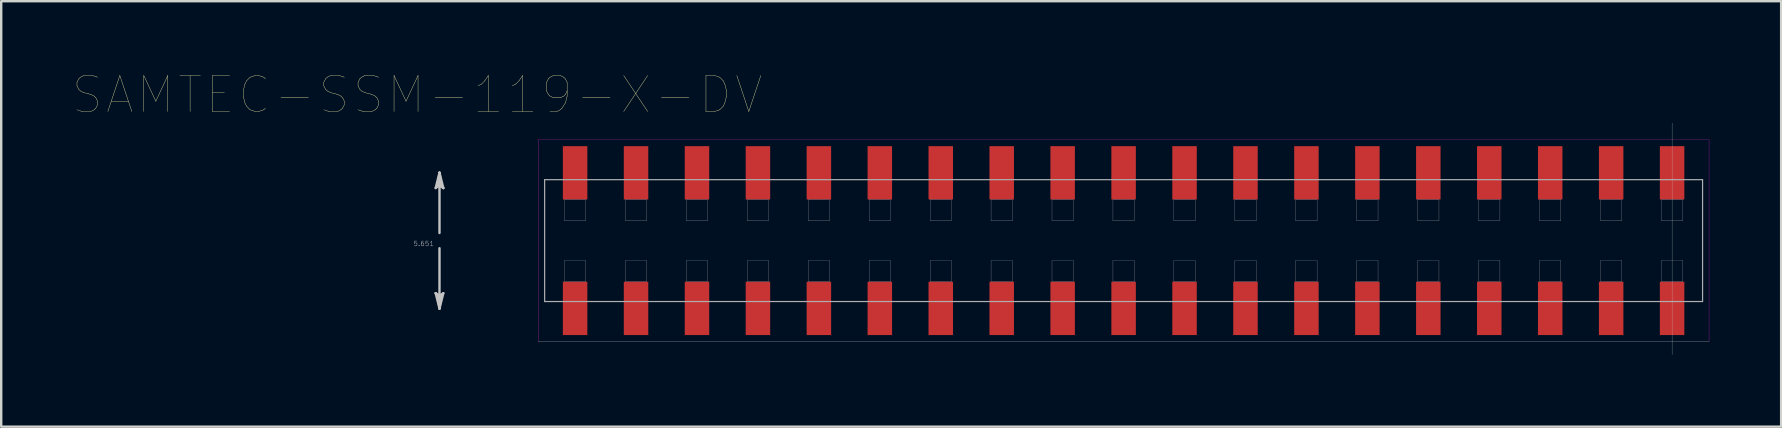
<source format=kicad_pcb>
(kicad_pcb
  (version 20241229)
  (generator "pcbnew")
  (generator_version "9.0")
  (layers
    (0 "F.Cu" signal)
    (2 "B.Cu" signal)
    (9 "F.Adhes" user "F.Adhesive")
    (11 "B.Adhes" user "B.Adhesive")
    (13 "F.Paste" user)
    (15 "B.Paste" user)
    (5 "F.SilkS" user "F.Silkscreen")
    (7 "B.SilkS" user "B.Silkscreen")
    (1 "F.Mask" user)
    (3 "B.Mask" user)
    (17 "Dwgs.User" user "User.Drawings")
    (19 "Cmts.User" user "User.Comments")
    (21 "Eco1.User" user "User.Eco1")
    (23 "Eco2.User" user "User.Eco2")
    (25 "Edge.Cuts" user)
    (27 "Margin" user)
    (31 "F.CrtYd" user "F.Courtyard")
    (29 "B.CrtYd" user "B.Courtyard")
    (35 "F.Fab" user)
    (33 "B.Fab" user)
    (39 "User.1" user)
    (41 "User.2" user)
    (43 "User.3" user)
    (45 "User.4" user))
  (footprint "SAMTEC-SSM-119-X-DV"
    (layer "F.Cu")
    (at 43.779 6.978)
    (property "Reference" "SAMTEC-SSM-119-X-DV" (at -29.442 -6.074 0) (layer "F.SilkS") (effects (font (size 1.5 1.5) (thickness 0.015))))
    (attr through_hole)
    (fp_poly (pts (xy -23.421 -3.987) (xy -22.299 -3.987) (xy -22.299 -1.665) (xy -23.421 -1.665)) (stroke (width 0.01) (type solid)) (fill yes) (layer "F.Mask"))
    (fp_poly (pts (xy -23.421 1.665) (xy -22.299 1.665) (xy -22.299 3.987) (xy -23.421 3.987)) (stroke (width 0.01) (type solid)) (fill yes) (layer "F.Mask"))
    (fp_poly (pts (xy -20.881 -3.987) (xy -19.759 -3.987) (xy -19.759 -1.665) (xy -20.881 -1.665)) (stroke (width 0.01) (type solid)) (fill yes) (layer "F.Mask"))
    (fp_poly (pts (xy -20.881 1.665) (xy -19.759 1.665) (xy -19.759 3.987) (xy -20.881 3.987)) (stroke (width 0.01) (type solid)) (fill yes) (layer "F.Mask"))
    (fp_poly (pts (xy -18.341 -3.987) (xy -17.219 -3.987) (xy -17.219 -1.665) (xy -18.341 -1.665)) (stroke (width 0.01) (type solid)) (fill yes) (layer "F.Mask"))
    (fp_poly (pts (xy -18.341 1.665) (xy -17.219 1.665) (xy -17.219 3.987) (xy -18.341 3.987)) (stroke (width 0.01) (type solid)) (fill yes) (layer "F.Mask"))
    (fp_poly (pts (xy -15.801 -3.987) (xy -14.679 -3.987) (xy -14.679 -1.665) (xy -15.801 -1.665)) (stroke (width 0.01) (type solid)) (fill yes) (layer "F.Mask"))
    (fp_poly (pts (xy -15.801 1.665) (xy -14.679 1.665) (xy -14.679 3.987) (xy -15.801 3.987)) (stroke (width 0.01) (type solid)) (fill yes) (layer "F.Mask"))
    (fp_poly (pts (xy -13.261 -3.987) (xy -12.139 -3.987) (xy -12.139 -1.665) (xy -13.261 -1.665)) (stroke (width 0.01) (type solid)) (fill yes) (layer "F.Mask"))
    (fp_poly (pts (xy -13.261 1.665) (xy -12.139 1.665) (xy -12.139 3.987) (xy -13.261 3.987)) (stroke (width 0.01) (type solid)) (fill yes) (layer "F.Mask"))
    (fp_poly (pts (xy -10.721 -3.987) (xy -9.599 -3.987) (xy -9.599 -1.665) (xy -10.721 -1.665)) (stroke (width 0.01) (type solid)) (fill yes) (layer "F.Mask"))
    (fp_poly (pts (xy -10.721 1.665) (xy -9.599 1.665) (xy -9.599 3.987) (xy -10.721 3.987)) (stroke (width 0.01) (type solid)) (fill yes) (layer "F.Mask"))
    (fp_poly (pts (xy -8.181 -3.987) (xy -7.059 -3.987) (xy -7.059 -1.665) (xy -8.181 -1.665)) (stroke (width 0.01) (type solid)) (fill yes) (layer "F.Mask"))
    (fp_poly (pts (xy -8.181 1.665) (xy -7.059 1.665) (xy -7.059 3.987) (xy -8.181 3.987)) (stroke (width 0.01) (type solid)) (fill yes) (layer "F.Mask"))
    (fp_poly (pts (xy -5.641 -3.987) (xy -4.519 -3.987) (xy -4.519 -1.665) (xy -5.641 -1.665)) (stroke (width 0.01) (type solid)) (fill yes) (layer "F.Mask"))
    (fp_poly (pts (xy -5.641 1.665) (xy -4.519 1.665) (xy -4.519 3.987) (xy -5.641 3.987)) (stroke (width 0.01) (type solid)) (fill yes) (layer "F.Mask"))
    (fp_poly (pts (xy -3.101 -3.987) (xy -1.979 -3.987) (xy -1.979 -1.665) (xy -3.101 -1.665)) (stroke (width 0.01) (type solid)) (fill yes) (layer "F.Mask"))
    (fp_poly (pts (xy -3.101 1.665) (xy -1.979 1.665) (xy -1.979 3.987) (xy -3.101 3.987)) (stroke (width 0.01) (type solid)) (fill yes) (layer "F.Mask"))
    (fp_poly (pts (xy -0.561 -3.987) (xy 0.561 -3.987) (xy 0.561 -1.665) (xy -0.561 -1.665)) (stroke (width 0.01) (type solid)) (fill yes) (layer "F.Mask"))
    (fp_poly (pts (xy -0.561 1.665) (xy 0.561 1.665) (xy 0.561 3.987) (xy -0.561 3.987)) (stroke (width 0.01) (type solid)) (fill yes) (layer "F.Mask"))
    (fp_poly (pts (xy 1.979 -3.987) (xy 3.101 -3.987) (xy 3.101 -1.665) (xy 1.979 -1.665)) (stroke (width 0.01) (type solid)) (fill yes) (layer "F.Mask"))
    (fp_poly (pts (xy 1.979 1.665) (xy 3.101 1.665) (xy 3.101 3.987) (xy 1.979 3.987)) (stroke (width 0.01) (type solid)) (fill yes) (layer "F.Mask"))
    (fp_poly (pts (xy 4.519 -3.987) (xy 5.641 -3.987) (xy 5.641 -1.665) (xy 4.519 -1.665)) (stroke (width 0.01) (type solid)) (fill yes) (layer "F.Mask"))
    (fp_poly (pts (xy 4.519 1.665) (xy 5.641 1.665) (xy 5.641 3.987) (xy 4.519 3.987)) (stroke (width 0.01) (type solid)) (fill yes) (layer "F.Mask"))
    (fp_poly (pts (xy 7.059 -3.987) (xy 8.181 -3.987) (xy 8.181 -1.665) (xy 7.059 -1.665)) (stroke (width 0.01) (type solid)) (fill yes) (layer "F.Mask"))
    (fp_poly (pts (xy 7.059 1.665) (xy 8.181 1.665) (xy 8.181 3.987) (xy 7.059 3.987)) (stroke (width 0.01) (type solid)) (fill yes) (layer "F.Mask"))
    (fp_poly (pts (xy 9.599 -3.987) (xy 10.721 -3.987) (xy 10.721 -1.665) (xy 9.599 -1.665)) (stroke (width 0.01) (type solid)) (fill yes) (layer "F.Mask"))
    (fp_poly (pts (xy 9.599 1.665) (xy 10.721 1.665) (xy 10.721 3.987) (xy 9.599 3.987)) (stroke (width 0.01) (type solid)) (fill yes) (layer "F.Mask"))
    (fp_poly (pts (xy 12.139 -3.987) (xy 13.261 -3.987) (xy 13.261 -1.665) (xy 12.139 -1.665)) (stroke (width 0.01) (type solid)) (fill yes) (layer "F.Mask"))
    (fp_poly (pts (xy 12.139 1.665) (xy 13.261 1.665) (xy 13.261 3.987) (xy 12.139 3.987)) (stroke (width 0.01) (type solid)) (fill yes) (layer "F.Mask"))
    (fp_poly (pts (xy 14.679 -3.987) (xy 15.801 -3.987) (xy 15.801 -1.665) (xy 14.679 -1.665)) (stroke (width 0.01) (type solid)) (fill yes) (layer "F.Mask"))
    (fp_poly (pts (xy 14.679 1.665) (xy 15.801 1.665) (xy 15.801 3.987) (xy 14.679 3.987)) (stroke (width 0.01) (type solid)) (fill yes) (layer "F.Mask"))
    (fp_poly (pts (xy 17.219 -3.987) (xy 18.341 -3.987) (xy 18.341 -1.665) (xy 17.219 -1.665)) (stroke (width 0.01) (type solid)) (fill yes) (layer "F.Mask"))
    (fp_poly (pts (xy 17.219 1.665) (xy 18.341 1.665) (xy 18.341 3.987) (xy 17.219 3.987)) (stroke (width 0.01) (type solid)) (fill yes) (layer "F.Mask"))
    (fp_poly (pts (xy 19.759 -3.987) (xy 20.881 -3.987) (xy 20.881 -1.665) (xy 19.759 -1.665)) (stroke (width 0.01) (type solid)) (fill yes) (layer "F.Mask"))
    (fp_poly (pts (xy 19.759 1.665) (xy 20.881 1.665) (xy 20.881 3.987) (xy 19.759 3.987)) (stroke (width 0.01) (type solid)) (fill yes) (layer "F.Mask"))
    (fp_poly (pts (xy 22.299 -3.987) (xy 23.421 -3.987) (xy 23.421 -1.665) (xy 22.299 -1.665)) (stroke (width 0.01) (type solid)) (fill yes) (layer "F.Mask"))
    (fp_poly (pts (xy 22.299 1.665) (xy 23.421 1.665) (xy 23.421 3.987) (xy 22.299 3.987)) (stroke (width 0.01) (type solid)) (fill yes) (layer "F.Mask"))
    (fp_poly (pts (xy -23.37 -3.936) (xy -22.35 -3.936) (xy -22.35 -1.716) (xy -23.37 -1.716)) (stroke (width 0.01) (type solid)) (fill yes) (layer "F.Paste"))
    (fp_poly (pts (xy -23.37 1.716) (xy -22.35 1.716) (xy -22.35 3.936) (xy -23.37 3.936)) (stroke (width 0.01) (type solid)) (fill yes) (layer "F.Paste"))
    (fp_poly (pts (xy -20.83 -3.936) (xy -19.81 -3.936) (xy -19.81 -1.716) (xy -20.83 -1.716)) (stroke (width 0.01) (type solid)) (fill yes) (layer "F.Paste"))
    (fp_poly (pts (xy -20.83 1.716) (xy -19.81 1.716) (xy -19.81 3.936) (xy -20.83 3.936)) (stroke (width 0.01) (type solid)) (fill yes) (layer "F.Paste"))
    (fp_poly (pts (xy -18.29 -3.936) (xy -17.27 -3.936) (xy -17.27 -1.716) (xy -18.29 -1.716)) (stroke (width 0.01) (type solid)) (fill yes) (layer "F.Paste"))
    (fp_poly (pts (xy -18.29 1.716) (xy -17.27 1.716) (xy -17.27 3.936) (xy -18.29 3.936)) (stroke (width 0.01) (type solid)) (fill yes) (layer "F.Paste"))
    (fp_poly (pts (xy -15.75 -3.936) (xy -14.73 -3.936) (xy -14.73 -1.716) (xy -15.75 -1.716)) (stroke (width 0.01) (type solid)) (fill yes) (layer "F.Paste"))
    (fp_poly (pts (xy -15.75 1.716) (xy -14.73 1.716) (xy -14.73 3.936) (xy -15.75 3.936)) (stroke (width 0.01) (type solid)) (fill yes) (layer "F.Paste"))
    (fp_poly (pts (xy -13.21 -3.936) (xy -12.19 -3.936) (xy -12.19 -1.716) (xy -13.21 -1.716)) (stroke (width 0.01) (type solid)) (fill yes) (layer "F.Paste"))
    (fp_poly (pts (xy -13.21 1.716) (xy -12.19 1.716) (xy -12.19 3.936) (xy -13.21 3.936)) (stroke (width 0.01) (type solid)) (fill yes) (layer "F.Paste"))
    (fp_poly (pts (xy -10.67 -3.936) (xy -9.65 -3.936) (xy -9.65 -1.716) (xy -10.67 -1.716)) (stroke (width 0.01) (type solid)) (fill yes) (layer "F.Paste"))
    (fp_poly (pts (xy -10.67 1.716) (xy -9.65 1.716) (xy -9.65 3.936) (xy -10.67 3.936)) (stroke (width 0.01) (type solid)) (fill yes) (layer "F.Paste"))
    (fp_poly (pts (xy -8.13 -3.936) (xy -7.11 -3.936) (xy -7.11 -1.716) (xy -8.13 -1.716)) (stroke (width 0.01) (type solid)) (fill yes) (layer "F.Paste"))
    (fp_poly (pts (xy -8.13 1.716) (xy -7.11 1.716) (xy -7.11 3.936) (xy -8.13 3.936)) (stroke (width 0.01) (type solid)) (fill yes) (layer "F.Paste"))
    (fp_poly (pts (xy -5.59 -3.936) (xy -4.57 -3.936) (xy -4.57 -1.716) (xy -5.59 -1.716)) (stroke (width 0.01) (type solid)) (fill yes) (layer "F.Paste"))
    (fp_poly (pts (xy -5.59 1.716) (xy -4.57 1.716) (xy -4.57 3.936) (xy -5.59 3.936)) (stroke (width 0.01) (type solid)) (fill yes) (layer "F.Paste"))
    (fp_poly (pts (xy -3.05 -3.936) (xy -2.03 -3.936) (xy -2.03 -1.716) (xy -3.05 -1.716)) (stroke (width 0.01) (type solid)) (fill yes) (layer "F.Paste"))
    (fp_poly (pts (xy -3.05 1.716) (xy -2.03 1.716) (xy -2.03 3.936) (xy -3.05 3.936)) (stroke (width 0.01) (type solid)) (fill yes) (layer "F.Paste"))
    (fp_poly (pts (xy -0.51 -3.936) (xy 0.51 -3.936) (xy 0.51 -1.716) (xy -0.51 -1.716)) (stroke (width 0.01) (type solid)) (fill yes) (layer "F.Paste"))
    (fp_poly (pts (xy -0.51 1.716) (xy 0.51 1.716) (xy 0.51 3.936) (xy -0.51 3.936)) (stroke (width 0.01) (type solid)) (fill yes) (layer "F.Paste"))
    (fp_poly (pts (xy 2.03 -3.936) (xy 3.05 -3.936) (xy 3.05 -1.716) (xy 2.03 -1.716)) (stroke (width 0.01) (type solid)) (fill yes) (layer "F.Paste"))
    (fp_poly (pts (xy 2.03 1.716) (xy 3.05 1.716) (xy 3.05 3.936) (xy 2.03 3.936)) (stroke (width 0.01) (type solid)) (fill yes) (layer "F.Paste"))
    (fp_poly (pts (xy 4.57 -3.936) (xy 5.59 -3.936) (xy 5.59 -1.716) (xy 4.57 -1.716)) (stroke (width 0.01) (type solid)) (fill yes) (layer "F.Paste"))
    (fp_poly (pts (xy 4.57 1.716) (xy 5.59 1.716) (xy 5.59 3.936) (xy 4.57 3.936)) (stroke (width 0.01) (type solid)) (fill yes) (layer "F.Paste"))
    (fp_poly (pts (xy 7.11 -3.936) (xy 8.13 -3.936) (xy 8.13 -1.716) (xy 7.11 -1.716)) (stroke (width 0.01) (type solid)) (fill yes) (layer "F.Paste"))
    (fp_poly (pts (xy 7.11 1.716) (xy 8.13 1.716) (xy 8.13 3.936) (xy 7.11 3.936)) (stroke (width 0.01) (type solid)) (fill yes) (layer "F.Paste"))
    (fp_poly (pts (xy 9.65 -3.936) (xy 10.67 -3.936) (xy 10.67 -1.716) (xy 9.65 -1.716)) (stroke (width 0.01) (type solid)) (fill yes) (layer "F.Paste"))
    (fp_poly (pts (xy 9.65 1.716) (xy 10.67 1.716) (xy 10.67 3.936) (xy 9.65 3.936)) (stroke (width 0.01) (type solid)) (fill yes) (layer "F.Paste"))
    (fp_poly (pts (xy 12.19 -3.936) (xy 13.21 -3.936) (xy 13.21 -1.716) (xy 12.19 -1.716)) (stroke (width 0.01) (type solid)) (fill yes) (layer "F.Paste"))
    (fp_poly (pts (xy 12.19 1.716) (xy 13.21 1.716) (xy 13.21 3.936) (xy 12.19 3.936)) (stroke (width 0.01) (type solid)) (fill yes) (layer "F.Paste"))
    (fp_poly (pts (xy 14.73 -3.936) (xy 15.75 -3.936) (xy 15.75 -1.716) (xy 14.73 -1.716)) (stroke (width 0.01) (type solid)) (fill yes) (layer "F.Paste"))
    (fp_poly (pts (xy 14.73 1.716) (xy 15.75 1.716) (xy 15.75 3.936) (xy 14.73 3.936)) (stroke (width 0.01) (type solid)) (fill yes) (layer "F.Paste"))
    (fp_poly (pts (xy 17.27 -3.936) (xy 18.29 -3.936) (xy 18.29 -1.716) (xy 17.27 -1.716)) (stroke (width 0.01) (type solid)) (fill yes) (layer "F.Paste"))
    (fp_poly (pts (xy 17.27 1.716) (xy 18.29 1.716) (xy 18.29 3.936) (xy 17.27 3.936)) (stroke (width 0.01) (type solid)) (fill yes) (layer "F.Paste"))
    (fp_poly (pts (xy 19.81 -3.936) (xy 20.83 -3.936) (xy 20.83 -1.716) (xy 19.81 -1.716)) (stroke (width 0.01) (type solid)) (fill yes) (layer "F.Paste"))
    (fp_poly (pts (xy 19.81 1.716) (xy 20.83 1.716) (xy 20.83 3.936) (xy 19.81 3.936)) (stroke (width 0.01) (type solid)) (fill yes) (layer "F.Paste"))
    (fp_poly (pts (xy 22.35 -3.936) (xy 23.37 -3.936) (xy 23.37 -1.716) (xy 22.35 -1.716)) (stroke (width 0.01) (type solid)) (fill yes) (layer "F.Paste"))
    (fp_poly (pts (xy 22.35 1.716) (xy 23.37 1.716) (xy 23.37 3.936) (xy 22.35 3.936)) (stroke (width 0.01) (type solid)) (fill yes) (layer "F.Paste"))
    (fp_line (start -28.67 -2.191) (end -28.512 -2.318) (stroke (width 0.1) (type solid)) (layer "Dwgs.User"))
    (fp_line (start -28.67 2.191) (end -28.512 2.826) (stroke (width 0.1) (type solid)) (layer "Dwgs.User"))
    (fp_line (start -28.591 -2.254) (end -28.512 -2.318) (stroke (width 0.1) (type solid)) (layer "Dwgs.User"))
    (fp_line (start -28.591 2.254) (end -28.67 2.191) (stroke (width 0.1) (type solid)) (layer "Dwgs.User"))
    (fp_line (start -28.512 -2.826) (end -28.67 -2.191) (stroke (width 0.1) (type solid)) (layer "Dwgs.User"))
    (fp_line (start -28.512 -2.826) (end -28.591 -2.254) (stroke (width 0.1) (type solid)) (layer "Dwgs.User"))
    (fp_line (start -28.512 -2.826) (end -28.432 -2.254) (stroke (width 0.1) (type solid)) (layer "Dwgs.User"))
    (fp_line (start -28.512 -2.318) (end -28.512 -2.826) (stroke (width 0.1) (type solid)) (layer "Dwgs.User"))
    (fp_line (start -28.512 -2.318) (end -28.353 -2.191) (stroke (width 0.1) (type solid)) (layer "Dwgs.User"))
    (fp_line (start -28.512 -0.318) (end -28.512 -2.826) (stroke (width 0.1) (type solid)) (layer "Dwgs.User"))
    (fp_line (start -28.512 0.318) (end -28.512 2.826) (stroke (width 0.1) (type solid)) (layer "Dwgs.User"))
    (fp_line (start -28.512 2.318) (end -28.67 2.191) (stroke (width 0.1) (type solid)) (layer "Dwgs.User"))
    (fp_line (start -28.512 2.318) (end -28.512 2.826) (stroke (width 0.1) (type solid)) (layer "Dwgs.User"))
    (fp_line (start -28.512 2.826) (end -28.591 2.254) (stroke (width 0.1) (type solid)) (layer "Dwgs.User"))
    (fp_line (start -28.512 2.826) (end -28.432 2.254) (stroke (width 0.1) (type solid)) (layer "Dwgs.User"))
    (fp_line (start -28.512 2.826) (end -28.353 2.191) (stroke (width 0.1) (type solid)) (layer "Dwgs.User"))
    (fp_line (start -28.432 -2.254) (end -28.353 -2.191) (stroke (width 0.1) (type solid)) (layer "Dwgs.User"))
    (fp_line (start -28.432 2.254) (end -28.512 2.318) (stroke (width 0.1) (type solid)) (layer "Dwgs.User"))
    (fp_line (start -28.353 -2.191) (end -28.512 -2.826) (stroke (width 0.1) (type solid)) (layer "Dwgs.User"))
    (fp_line (start -28.353 2.191) (end -28.512 2.318) (stroke (width 0.1) (type solid)) (layer "Dwgs.User"))
    (fp_line (start -24.4 4.2) (end 24.4 4.2) (stroke (width 0.01) (type solid)) (layer "Dwgs.User"))
    (fp_line (start 22.86 -4.9) (end 22.86 4.75) (stroke (width 0.01) (type solid)) (layer "Dwgs.User"))
    (fp_line (start -24.4 -4.2) (end -24.4 4.2) (stroke (width 0.01) (type solid)) (layer "F.CrtYd"))
    (fp_line (start 24.4 -4.2) (end -24.4 -4.2) (stroke (width 0.01) (type solid)) (layer "F.CrtYd"))
    (fp_line (start 24.4 4.2) (end 24.4 -4.2) (stroke (width 0.01) (type solid)) (layer "F.CrtYd"))
    (fp_line (start -24.13 -2.54) (end -24.13 2.54) (stroke (width 0.05) (type solid)) (layer "F.Fab"))
    (fp_line (start -24.13 2.54) (end 24.13 2.54) (stroke (width 0.05) (type solid)) (layer "F.Fab"))
    (fp_line (start -23.304 -1.714) (end -23.304 -0.826) (stroke (width 0.01) (type solid)) (layer "F.Fab"))
    (fp_line (start -23.304 -0.826) (end -22.416 -0.826) (stroke (width 0.01) (type solid)) (layer "F.Fab"))
    (fp_line (start -23.304 0.826) (end -23.304 1.714) (stroke (width 0.01) (type solid)) (layer "F.Fab"))
    (fp_line (start -23.304 1.714) (end -22.416 1.714) (stroke (width 0.01) (type solid)) (layer "F.Fab"))
    (fp_line (start -22.416 -1.714) (end -23.304 -1.714) (stroke (width 0.01) (type solid)) (layer "F.Fab"))
    (fp_line (start -22.416 -0.826) (end -22.416 -1.714) (stroke (width 0.01) (type solid)) (layer "F.Fab"))
    (fp_line (start -22.416 0.826) (end -23.304 0.826) (stroke (width 0.01) (type solid)) (layer "F.Fab"))
    (fp_line (start -22.416 1.714) (end -22.416 0.826) (stroke (width 0.01) (type solid)) (layer "F.Fab"))
    (fp_line (start -20.764 -1.714) (end -20.764 -0.826) (stroke (width 0.01) (type solid)) (layer "F.Fab"))
    (fp_line (start -20.764 -0.826) (end -19.876 -0.826) (stroke (width 0.01) (type solid)) (layer "F.Fab"))
    (fp_line (start -20.764 0.826) (end -20.764 1.714) (stroke (width 0.01) (type solid)) (layer "F.Fab"))
    (fp_line (start -20.764 1.714) (end -19.876 1.714) (stroke (width 0.01) (type solid)) (layer "F.Fab"))
    (fp_line (start -19.876 -1.714) (end -20.764 -1.714) (stroke (width 0.01) (type solid)) (layer "F.Fab"))
    (fp_line (start -19.876 -0.826) (end -19.876 -1.714) (stroke (width 0.01) (type solid)) (layer "F.Fab"))
    (fp_line (start -19.876 0.826) (end -20.764 0.826) (stroke (width 0.01) (type solid)) (layer "F.Fab"))
    (fp_line (start -19.876 1.714) (end -19.876 0.826) (stroke (width 0.01) (type solid)) (layer "F.Fab"))
    (fp_line (start -18.224 -1.714) (end -18.224 -0.826) (stroke (width 0.01) (type solid)) (layer "F.Fab"))
    (fp_line (start -18.224 -0.826) (end -17.336 -0.826) (stroke (width 0.01) (type solid)) (layer "F.Fab"))
    (fp_line (start -18.224 0.826) (end -18.224 1.714) (stroke (width 0.01) (type solid)) (layer "F.Fab"))
    (fp_line (start -18.224 1.714) (end -17.336 1.714) (stroke (width 0.01) (type solid)) (layer "F.Fab"))
    (fp_line (start -17.336 -1.714) (end -18.224 -1.714) (stroke (width 0.01) (type solid)) (layer "F.Fab"))
    (fp_line (start -17.336 -0.826) (end -17.336 -1.714) (stroke (width 0.01) (type solid)) (layer "F.Fab"))
    (fp_line (start -17.336 0.826) (end -18.224 0.826) (stroke (width 0.01) (type solid)) (layer "F.Fab"))
    (fp_line (start -17.336 1.714) (end -17.336 0.826) (stroke (width 0.01) (type solid)) (layer "F.Fab"))
    (fp_line (start -15.684 -1.714) (end -15.684 -0.826) (stroke (width 0.01) (type solid)) (layer "F.Fab"))
    (fp_line (start -15.684 -0.826) (end -14.796 -0.826) (stroke (width 0.01) (type solid)) (layer "F.Fab"))
    (fp_line (start -15.684 0.826) (end -15.684 1.714) (stroke (width 0.01) (type solid)) (layer "F.Fab"))
    (fp_line (start -15.684 1.714) (end -14.796 1.714) (stroke (width 0.01) (type solid)) (layer "F.Fab"))
    (fp_line (start -14.796 -1.714) (end -15.684 -1.714) (stroke (width 0.01) (type solid)) (layer "F.Fab"))
    (fp_line (start -14.796 -0.826) (end -14.796 -1.714) (stroke (width 0.01) (type solid)) (layer "F.Fab"))
    (fp_line (start -14.796 0.826) (end -15.684 0.826) (stroke (width 0.01) (type solid)) (layer "F.Fab"))
    (fp_line (start -14.796 1.714) (end -14.796 0.826) (stroke (width 0.01) (type solid)) (layer "F.Fab"))
    (fp_line (start -13.144 -1.714) (end -13.144 -0.826) (stroke (width 0.01) (type solid)) (layer "F.Fab"))
    (fp_line (start -13.144 -0.826) (end -12.256 -0.826) (stroke (width 0.01) (type solid)) (layer "F.Fab"))
    (fp_line (start -13.144 0.826) (end -13.144 1.714) (stroke (width 0.01) (type solid)) (layer "F.Fab"))
    (fp_line (start -13.144 1.714) (end -12.256 1.714) (stroke (width 0.01) (type solid)) (layer "F.Fab"))
    (fp_line (start -12.256 -1.714) (end -13.144 -1.714) (stroke (width 0.01) (type solid)) (layer "F.Fab"))
    (fp_line (start -12.256 -0.826) (end -12.256 -1.714) (stroke (width 0.01) (type solid)) (layer "F.Fab"))
    (fp_line (start -12.256 0.826) (end -13.144 0.826) (stroke (width 0.01) (type solid)) (layer "F.Fab"))
    (fp_line (start -12.256 1.714) (end -12.256 0.826) (stroke (width 0.01) (type solid)) (layer "F.Fab"))
    (fp_line (start -10.604 -1.714) (end -10.604 -0.826) (stroke (width 0.01) (type solid)) (layer "F.Fab"))
    (fp_line (start -10.604 -0.826) (end -9.716 -0.826) (stroke (width 0.01) (type solid)) (layer "F.Fab"))
    (fp_line (start -10.604 0.826) (end -10.604 1.714) (stroke (width 0.01) (type solid)) (layer "F.Fab"))
    (fp_line (start -10.604 1.714) (end -9.716 1.714) (stroke (width 0.01) (type solid)) (layer "F.Fab"))
    (fp_line (start -9.716 -1.714) (end -10.604 -1.714) (stroke (width 0.01) (type solid)) (layer "F.Fab"))
    (fp_line (start -9.716 -0.826) (end -9.716 -1.714) (stroke (width 0.01) (type solid)) (layer "F.Fab"))
    (fp_line (start -9.716 0.826) (end -10.604 0.826) (stroke (width 0.01) (type solid)) (layer "F.Fab"))
    (fp_line (start -9.716 1.714) (end -9.716 0.826) (stroke (width 0.01) (type solid)) (layer "F.Fab"))
    (fp_line (start -8.064 -1.714) (end -8.064 -0.826) (stroke (width 0.01) (type solid)) (layer "F.Fab"))
    (fp_line (start -8.064 -0.826) (end -7.176 -0.826) (stroke (width 0.01) (type solid)) (layer "F.Fab"))
    (fp_line (start -8.064 0.826) (end -8.064 1.714) (stroke (width 0.01) (type solid)) (layer "F.Fab"))
    (fp_line (start -8.064 1.714) (end -7.176 1.714) (stroke (width 0.01) (type solid)) (layer "F.Fab"))
    (fp_line (start -7.176 -1.714) (end -8.064 -1.714) (stroke (width 0.01) (type solid)) (layer "F.Fab"))
    (fp_line (start -7.176 -0.826) (end -7.176 -1.714) (stroke (width 0.01) (type solid)) (layer "F.Fab"))
    (fp_line (start -7.176 0.826) (end -8.064 0.826) (stroke (width 0.01) (type solid)) (layer "F.Fab"))
    (fp_line (start -7.176 1.714) (end -7.176 0.826) (stroke (width 0.01) (type solid)) (layer "F.Fab"))
    (fp_line (start -5.524 -1.714) (end -5.524 -0.826) (stroke (width 0.01) (type solid)) (layer "F.Fab"))
    (fp_line (start -5.524 -0.826) (end -4.636 -0.826) (stroke (width 0.01) (type solid)) (layer "F.Fab"))
    (fp_line (start -5.524 0.826) (end -5.524 1.714) (stroke (width 0.01) (type solid)) (layer "F.Fab"))
    (fp_line (start -5.524 1.714) (end -4.636 1.714) (stroke (width 0.01) (type solid)) (layer "F.Fab"))
    (fp_line (start -4.636 -1.714) (end -5.524 -1.714) (stroke (width 0.01) (type solid)) (layer "F.Fab"))
    (fp_line (start -4.636 -0.826) (end -4.636 -1.714) (stroke (width 0.01) (type solid)) (layer "F.Fab"))
    (fp_line (start -4.636 0.826) (end -5.524 0.826) (stroke (width 0.01) (type solid)) (layer "F.Fab"))
    (fp_line (start -4.636 1.714) (end -4.636 0.826) (stroke (width 0.01) (type solid)) (layer "F.Fab"))
    (fp_line (start -2.984 -1.714) (end -2.984 -0.826) (stroke (width 0.01) (type solid)) (layer "F.Fab"))
    (fp_line (start -2.984 -0.826) (end -2.096 -0.826) (stroke (width 0.01) (type solid)) (layer "F.Fab"))
    (fp_line (start -2.984 0.826) (end -2.984 1.714) (stroke (width 0.01) (type solid)) (layer "F.Fab"))
    (fp_line (start -2.984 1.714) (end -2.096 1.714) (stroke (width 0.01) (type solid)) (layer "F.Fab"))
    (fp_line (start -2.096 -1.714) (end -2.984 -1.714) (stroke (width 0.01) (type solid)) (layer "F.Fab"))
    (fp_line (start -2.096 -0.826) (end -2.096 -1.714) (stroke (width 0.01) (type solid)) (layer "F.Fab"))
    (fp_line (start -2.096 0.826) (end -2.984 0.826) (stroke (width 0.01) (type solid)) (layer "F.Fab"))
    (fp_line (start -2.096 1.714) (end -2.096 0.826) (stroke (width 0.01) (type solid)) (layer "F.Fab"))
    (fp_line (start -0.444 -1.714) (end -0.444 -0.826) (stroke (width 0.01) (type solid)) (layer "F.Fab"))
    (fp_line (start -0.444 -0.826) (end 0.444 -0.826) (stroke (width 0.01) (type solid)) (layer "F.Fab"))
    (fp_line (start -0.444 0.826) (end -0.444 1.714) (stroke (width 0.01) (type solid)) (layer "F.Fab"))
    (fp_line (start -0.444 1.714) (end 0.444 1.714) (stroke (width 0.01) (type solid)) (layer "F.Fab"))
    (fp_line (start 0.444 -1.714) (end -0.444 -1.714) (stroke (width 0.01) (type solid)) (layer "F.Fab"))
    (fp_line (start 0.444 -0.826) (end 0.444 -1.714) (stroke (width 0.01) (type solid)) (layer "F.Fab"))
    (fp_line (start 0.444 0.826) (end -0.444 0.826) (stroke (width 0.01) (type solid)) (layer "F.Fab"))
    (fp_line (start 0.444 1.714) (end 0.444 0.826) (stroke (width 0.01) (type solid)) (layer "F.Fab"))
    (fp_line (start 2.096 -1.714) (end 2.096 -0.826) (stroke (width 0.01) (type solid)) (layer "F.Fab"))
    (fp_line (start 2.096 -0.826) (end 2.984 -0.826) (stroke (width 0.01) (type solid)) (layer "F.Fab"))
    (fp_line (start 2.096 0.826) (end 2.096 1.714) (stroke (width 0.01) (type solid)) (layer "F.Fab"))
    (fp_line (start 2.096 1.714) (end 2.984 1.714) (stroke (width 0.01) (type solid)) (layer "F.Fab"))
    (fp_line (start 2.984 -1.714) (end 2.096 -1.714) (stroke (width 0.01) (type solid)) (layer "F.Fab"))
    (fp_line (start 2.984 -0.826) (end 2.984 -1.714) (stroke (width 0.01) (type solid)) (layer "F.Fab"))
    (fp_line (start 2.984 0.826) (end 2.096 0.826) (stroke (width 0.01) (type solid)) (layer "F.Fab"))
    (fp_line (start 2.984 1.714) (end 2.984 0.826) (stroke (width 0.01) (type solid)) (layer "F.Fab"))
    (fp_line (start 4.636 -1.714) (end 4.636 -0.826) (stroke (width 0.01) (type solid)) (layer "F.Fab"))
    (fp_line (start 4.636 -0.826) (end 5.524 -0.826) (stroke (width 0.01) (type solid)) (layer "F.Fab"))
    (fp_line (start 4.636 0.826) (end 4.636 1.714) (stroke (width 0.01) (type solid)) (layer "F.Fab"))
    (fp_line (start 4.636 1.714) (end 5.524 1.714) (stroke (width 0.01) (type solid)) (layer "F.Fab"))
    (fp_line (start 5.524 -1.714) (end 4.636 -1.714) (stroke (width 0.01) (type solid)) (layer "F.Fab"))
    (fp_line (start 5.524 -0.826) (end 5.524 -1.714) (stroke (width 0.01) (type solid)) (layer "F.Fab"))
    (fp_line (start 5.524 0.826) (end 4.636 0.826) (stroke (width 0.01) (type solid)) (layer "F.Fab"))
    (fp_line (start 5.524 1.714) (end 5.524 0.826) (stroke (width 0.01) (type solid)) (layer "F.Fab"))
    (fp_line (start 7.176 -1.714) (end 7.176 -0.826) (stroke (width 0.01) (type solid)) (layer "F.Fab"))
    (fp_line (start 7.176 -0.826) (end 8.064 -0.826) (stroke (width 0.01) (type solid)) (layer "F.Fab"))
    (fp_line (start 7.176 0.826) (end 7.176 1.714) (stroke (width 0.01) (type solid)) (layer "F.Fab"))
    (fp_line (start 7.176 1.714) (end 8.064 1.714) (stroke (width 0.01) (type solid)) (layer "F.Fab"))
    (fp_line (start 8.064 -1.714) (end 7.176 -1.714) (stroke (width 0.01) (type solid)) (layer "F.Fab"))
    (fp_line (start 8.064 -0.826) (end 8.064 -1.714) (stroke (width 0.01) (type solid)) (layer "F.Fab"))
    (fp_line (start 8.064 0.826) (end 7.176 0.826) (stroke (width 0.01) (type solid)) (layer "F.Fab"))
    (fp_line (start 8.064 1.714) (end 8.064 0.826) (stroke (width 0.01) (type solid)) (layer "F.Fab"))
    (fp_line (start 9.716 -1.714) (end 9.716 -0.826) (stroke (width 0.01) (type solid)) (layer "F.Fab"))
    (fp_line (start 9.716 -0.826) (end 10.604 -0.826) (stroke (width 0.01) (type solid)) (layer "F.Fab"))
    (fp_line (start 9.716 0.826) (end 9.716 1.714) (stroke (width 0.01) (type solid)) (layer "F.Fab"))
    (fp_line (start 9.716 1.714) (end 10.604 1.714) (stroke (width 0.01) (type solid)) (layer "F.Fab"))
    (fp_line (start 10.604 -1.714) (end 9.716 -1.714) (stroke (width 0.01) (type solid)) (layer "F.Fab"))
    (fp_line (start 10.604 -0.826) (end 10.604 -1.714) (stroke (width 0.01) (type solid)) (layer "F.Fab"))
    (fp_line (start 10.604 0.826) (end 9.716 0.826) (stroke (width 0.01) (type solid)) (layer "F.Fab"))
    (fp_line (start 10.604 1.714) (end 10.604 0.826) (stroke (width 0.01) (type solid)) (layer "F.Fab"))
    (fp_line (start 12.256 -1.714) (end 12.256 -0.826) (stroke (width 0.01) (type solid)) (layer "F.Fab"))
    (fp_line (start 12.256 -0.826) (end 13.144 -0.826) (stroke (width 0.01) (type solid)) (layer "F.Fab"))
    (fp_line (start 12.256 0.826) (end 12.256 1.714) (stroke (width 0.01) (type solid)) (layer "F.Fab"))
    (fp_line (start 12.256 1.714) (end 13.144 1.714) (stroke (width 0.01) (type solid)) (layer "F.Fab"))
    (fp_line (start 13.144 -1.714) (end 12.256 -1.714) (stroke (width 0.01) (type solid)) (layer "F.Fab"))
    (fp_line (start 13.144 -0.826) (end 13.144 -1.714) (stroke (width 0.01) (type solid)) (layer "F.Fab"))
    (fp_line (start 13.144 0.826) (end 12.256 0.826) (stroke (width 0.01) (type solid)) (layer "F.Fab"))
    (fp_line (start 13.144 1.714) (end 13.144 0.826) (stroke (width 0.01) (type solid)) (layer "F.Fab"))
    (fp_line (start 14.796 -1.714) (end 14.796 -0.826) (stroke (width 0.01) (type solid)) (layer "F.Fab"))
    (fp_line (start 14.796 -0.826) (end 15.684 -0.826) (stroke (width 0.01) (type solid)) (layer "F.Fab"))
    (fp_line (start 14.796 0.826) (end 14.796 1.714) (stroke (width 0.01) (type solid)) (layer "F.Fab"))
    (fp_line (start 14.796 1.714) (end 15.684 1.714) (stroke (width 0.01) (type solid)) (layer "F.Fab"))
    (fp_line (start 15.684 -1.714) (end 14.796 -1.714) (stroke (width 0.01) (type solid)) (layer "F.Fab"))
    (fp_line (start 15.684 -0.826) (end 15.684 -1.714) (stroke (width 0.01) (type solid)) (layer "F.Fab"))
    (fp_line (start 15.684 0.826) (end 14.796 0.826) (stroke (width 0.01) (type solid)) (layer "F.Fab"))
    (fp_line (start 15.684 1.714) (end 15.684 0.826) (stroke (width 0.01) (type solid)) (layer "F.Fab"))
    (fp_line (start 17.336 -1.714) (end 17.336 -0.826) (stroke (width 0.01) (type solid)) (layer "F.Fab"))
    (fp_line (start 17.336 -0.826) (end 18.224 -0.826) (stroke (width 0.01) (type solid)) (layer "F.Fab"))
    (fp_line (start 17.336 0.826) (end 17.336 1.714) (stroke (width 0.01) (type solid)) (layer "F.Fab"))
    (fp_line (start 17.336 1.714) (end 18.224 1.714) (stroke (width 0.01) (type solid)) (layer "F.Fab"))
    (fp_line (start 18.224 -1.714) (end 17.336 -1.714) (stroke (width 0.01) (type solid)) (layer "F.Fab"))
    (fp_line (start 18.224 -0.826) (end 18.224 -1.714) (stroke (width 0.01) (type solid)) (layer "F.Fab"))
    (fp_line (start 18.224 0.826) (end 17.336 0.826) (stroke (width 0.01) (type solid)) (layer "F.Fab"))
    (fp_line (start 18.224 1.714) (end 18.224 0.826) (stroke (width 0.01) (type solid)) (layer "F.Fab"))
    (fp_line (start 19.876 -1.714) (end 19.876 -0.826) (stroke (width 0.01) (type solid)) (layer "F.Fab"))
    (fp_line (start 19.876 -0.826) (end 20.764 -0.826) (stroke (width 0.01) (type solid)) (layer "F.Fab"))
    (fp_line (start 19.876 0.826) (end 19.876 1.714) (stroke (width 0.01) (type solid)) (layer "F.Fab"))
    (fp_line (start 19.876 1.714) (end 20.764 1.714) (stroke (width 0.01) (type solid)) (layer "F.Fab"))
    (fp_line (start 20.764 -1.714) (end 19.876 -1.714) (stroke (width 0.01) (type solid)) (layer "F.Fab"))
    (fp_line (start 20.764 -0.826) (end 20.764 -1.714) (stroke (width 0.01) (type solid)) (layer "F.Fab"))
    (fp_line (start 20.764 0.826) (end 19.876 0.826) (stroke (width 0.01) (type solid)) (layer "F.Fab"))
    (fp_line (start 20.764 1.714) (end 20.764 0.826) (stroke (width 0.01) (type solid)) (layer "F.Fab"))
    (fp_line (start 22.416 -1.714) (end 22.416 -0.826) (stroke (width 0.01) (type solid)) (layer "F.Fab"))
    (fp_line (start 22.416 -0.826) (end 23.304 -0.826) (stroke (width 0.01) (type solid)) (layer "F.Fab"))
    (fp_line (start 22.416 0.826) (end 22.416 1.714) (stroke (width 0.01) (type solid)) (layer "F.Fab"))
    (fp_line (start 22.416 1.714) (end 23.304 1.714) (stroke (width 0.01) (type solid)) (layer "F.Fab"))
    (fp_line (start 23.304 -1.714) (end 22.416 -1.714) (stroke (width 0.01) (type solid)) (layer "F.Fab"))
    (fp_line (start 23.304 -0.826) (end 23.304 -1.714) (stroke (width 0.01) (type solid)) (layer "F.Fab"))
    (fp_line (start 23.304 0.826) (end 22.416 0.826) (stroke (width 0.01) (type solid)) (layer "F.Fab"))
    (fp_line (start 23.304 1.714) (end 23.304 0.826) (stroke (width 0.01) (type solid)) (layer "F.Fab"))
    (fp_line (start 24.13 -2.54) (end -24.13 -2.54) (stroke (width 0.05) (type solid)) (layer "F.Fab"))
    (fp_line (start 24.13 2.54) (end 24.13 -2.54) (stroke (width 0.05) (type solid)) (layer "F.Fab"))
    (fp_text user "5.651" (at -29.172 0.127 0) (layer "Dwgs.User") (effects (font (size 0.2 0.2) (thickness 0.015))))
    (pad "1" smd rect (at -22.86 -2.826) (size 1.02 2.22) (layers "F.Cu" "F.Paste"))
    (pad "2" smd rect (at -22.86 2.826) (size 1.02 2.22) (layers "F.Cu" "F.Paste"))
    (pad "3" smd rect (at -20.32 -2.826) (size 1.02 2.22) (layers "F.Cu" "F.Paste"))
    (pad "4" smd rect (at -20.32 2.826) (size 1.02 2.22) (layers "F.Cu" "F.Paste"))
    (pad "5" smd rect (at -17.78 -2.826) (size 1.02 2.22) (layers "F.Cu" "F.Paste"))
    (pad "6" smd rect (at -17.78 2.826) (size 1.02 2.22) (layers "F.Cu" "F.Paste"))
    (pad "7" smd rect (at -15.24 -2.826) (size 1.02 2.22) (layers "F.Cu" "F.Paste"))
    (pad "8" smd rect (at -15.24 2.826) (size 1.02 2.22) (layers "F.Cu" "F.Paste"))
    (pad "9" smd rect (at -12.7 -2.826) (size 1.02 2.22) (layers "F.Cu" "F.Paste"))
    (pad "10" smd rect (at -12.7 2.826) (size 1.02 2.22) (layers "F.Cu" "F.Paste"))
    (pad "11" smd rect (at -10.16 -2.826) (size 1.02 2.22) (layers "F.Cu" "F.Paste"))
    (pad "12" smd rect (at -10.16 2.826) (size 1.02 2.22) (layers "F.Cu" "F.Paste"))
    (pad "13" smd rect (at -7.62 -2.826) (size 1.02 2.22) (layers "F.Cu" "F.Paste"))
    (pad "14" smd rect (at -7.62 2.826) (size 1.02 2.22) (layers "F.Cu" "F.Paste"))
    (pad "15" smd rect (at -5.08 -2.826) (size 1.02 2.22) (layers "F.Cu" "F.Paste"))
    (pad "16" smd rect (at -5.08 2.826) (size 1.02 2.22) (layers "F.Cu" "F.Paste"))
    (pad "17" smd rect (at -2.54 -2.826) (size 1.02 2.22) (layers "F.Cu" "F.Paste"))
    (pad "18" smd rect (at -2.54 2.826) (size 1.02 2.22) (layers "F.Cu" "F.Paste"))
    (pad "19" smd rect (at 0 -2.826) (size 1.02 2.22) (layers "F.Cu" "F.Paste"))
    (pad "20" smd rect (at 0 2.826) (size 1.02 2.22) (layers "F.Cu" "F.Paste"))
    (pad "21" smd rect (at 2.54 -2.826) (size 1.02 2.22) (layers "F.Cu" "F.Paste"))
    (pad "22" smd rect (at 2.54 2.826) (size 1.02 2.22) (layers "F.Cu" "F.Paste"))
    (pad "23" smd rect (at 5.08 -2.826) (size 1.02 2.22) (layers "F.Cu" "F.Paste"))
    (pad "24" smd rect (at 5.08 2.826) (size 1.02 2.22) (layers "F.Cu" "F.Paste"))
    (pad "25" smd rect (at 7.62 -2.826) (size 1.02 2.22) (layers "F.Cu" "F.Paste"))
    (pad "26" smd rect (at 7.62 2.826) (size 1.02 2.22) (layers "F.Cu" "F.Paste"))
    (pad "27" smd rect (at 10.16 -2.826) (size 1.02 2.22) (layers "F.Cu" "F.Paste"))
    (pad "28" smd rect (at 10.16 2.826) (size 1.02 2.22) (layers "F.Cu" "F.Paste"))
    (pad "29" smd rect (at 12.7 -2.826) (size 1.02 2.22) (layers "F.Cu" "F.Paste"))
    (pad "30" smd rect (at 12.7 2.826) (size 1.02 2.22) (layers "F.Cu" "F.Paste"))
    (pad "31" smd rect (at 15.24 -2.826) (size 1.02 2.22) (layers "F.Cu" "F.Paste"))
    (pad "32" smd rect (at 15.24 2.826) (size 1.02 2.22) (layers "F.Cu" "F.Paste"))
    (pad "33" smd rect (at 17.78 -2.826) (size 1.02 2.22) (layers "F.Cu" "F.Paste"))
    (pad "34" smd rect (at 17.78 2.826) (size 1.02 2.22) (layers "F.Cu" "F.Paste"))
    (pad "35" smd rect (at 20.32 -2.826) (size 1.02 2.22) (layers "F.Cu" "F.Paste"))
    (pad "36" smd rect (at 20.32 2.826) (size 1.02 2.22) (layers "F.Cu" "F.Paste"))
    (pad "37" smd rect (at 22.86 -2.826) (size 1.02 2.22) (layers "F.Cu" "F.Paste"))
    (pad "38" smd rect (at 22.86 2.826) (size 1.02 2.22) (layers "F.Cu" "F.Paste")))
  (gr_rect
    (start -3 -3)
    (end 71.184 14.733)
    (stroke (width 0.1) (type default))
    (fill no)
    (layer "Edge.Cuts")))
</source>
